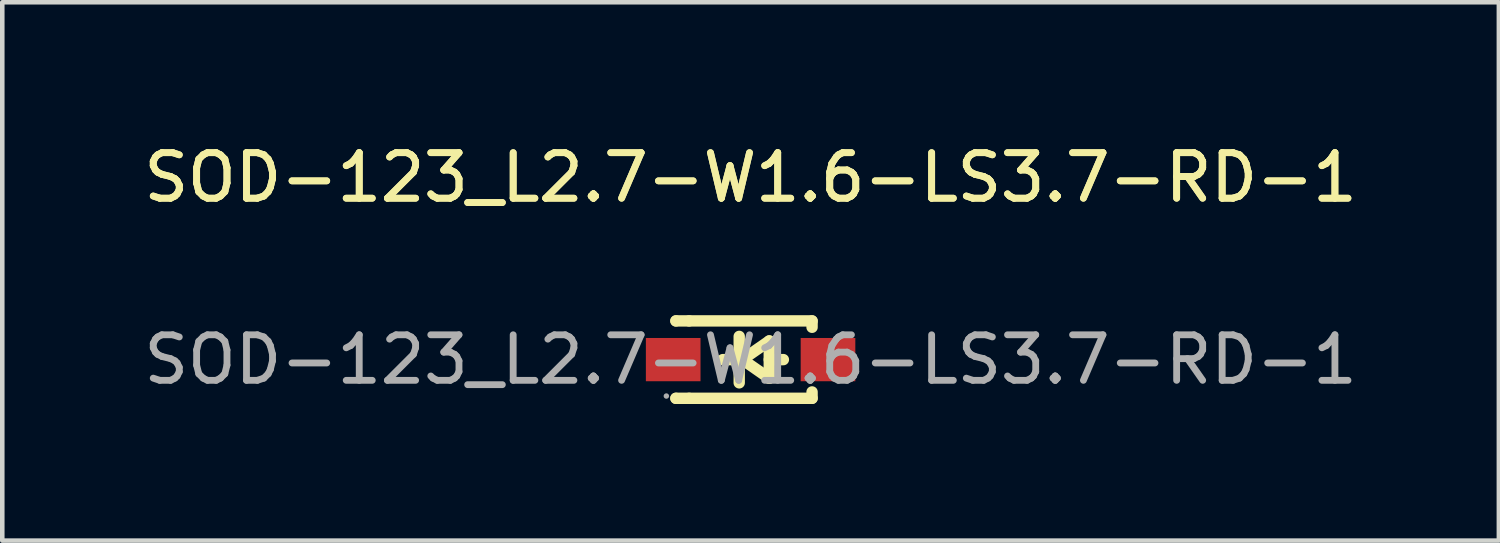
<source format=kicad_pcb>
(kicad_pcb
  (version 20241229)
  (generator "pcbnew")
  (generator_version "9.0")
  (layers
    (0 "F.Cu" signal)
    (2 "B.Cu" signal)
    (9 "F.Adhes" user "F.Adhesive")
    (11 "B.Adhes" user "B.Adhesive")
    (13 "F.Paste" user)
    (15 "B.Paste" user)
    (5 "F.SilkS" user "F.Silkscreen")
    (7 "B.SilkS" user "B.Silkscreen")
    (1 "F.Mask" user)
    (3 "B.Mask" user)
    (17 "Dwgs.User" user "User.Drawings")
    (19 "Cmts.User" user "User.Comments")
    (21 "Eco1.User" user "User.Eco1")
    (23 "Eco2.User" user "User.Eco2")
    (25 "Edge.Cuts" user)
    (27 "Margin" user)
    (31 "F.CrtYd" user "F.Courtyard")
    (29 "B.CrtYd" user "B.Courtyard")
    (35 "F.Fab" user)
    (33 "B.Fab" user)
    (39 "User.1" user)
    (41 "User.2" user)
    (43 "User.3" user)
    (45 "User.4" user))
  (footprint "SOD-123_L2.7-W1.6-LS3.7-RD-1"
    (layer "F.Cu")
    (at 13.435 4.848)
    (property "Reference" "SOD-123_L2.7-W1.6-LS3.7-RD-1" (at 0 -4 0) (layer "F.SilkS") (effects (font (size 1 1) (thickness 0.15))))
    (attr smd)
    (fp_line (start -1.64 -0.85) (end -1.64 -0.85) (stroke (width 0.25) (type solid)) (layer "F.SilkS"))
    (fp_line (start -1.64 0.85) (end -1.64 0.85) (stroke (width 0.25) (type solid)) (layer "F.SilkS"))
    (fp_line (start -1.35 -0.85) (end -1.64 -0.85) (stroke (width 0.25) (type solid)) (layer "F.SilkS"))
    (fp_line (start -1.35 -0.85) (end 1.35 -0.85) (stroke (width 0.25) (type solid)) (layer "F.SilkS"))
    (fp_line (start -1.35 0.85) (end -1.64 0.85) (stroke (width 0.25) (type solid)) (layer "F.SilkS"))
    (fp_line (start -0.28 0) (end -0.61 0) (stroke (width 0.25) (type solid)) (layer "F.SilkS"))
    (fp_line (start -0.25 -0.51) (end -0.25 0.51) (stroke (width 0.25) (type solid)) (layer "F.SilkS"))
    (fp_line (start -0.18 0) (end 0.41 -0.41) (stroke (width 0.25) (type solid)) (layer "F.SilkS"))
    (fp_line (start 0.41 -0.41) (end 0.41 0.41) (stroke (width 0.25) (type solid)) (layer "F.SilkS"))
    (fp_line (start 0.41 0) (end 0.72 0) (stroke (width 0.25) (type solid)) (layer "F.SilkS"))
    (fp_line (start 0.41 0.41) (end -0.18 0) (stroke (width 0.25) (type solid)) (layer "F.SilkS"))
    (fp_line (start 1.35 -0.85) (end 1.35 -0.71) (stroke (width 0.25) (type solid)) (layer "F.SilkS"))
    (fp_line (start 1.35 0.71) (end 1.35 0.85) (stroke (width 0.25) (type solid)) (layer "F.SilkS"))
    (fp_line (start 1.35 0.85) (end -1.35 0.85) (stroke (width 0.25) (type solid)) (layer "F.SilkS"))
    (fp_circle (center -1.85 0.8) (end -1.82 0.8) (stroke (width 0.06) (type solid)) (fill no) (layer "F.Fab"))
    (fp_text user "${REFERENCE}" (at 0 -4 0) (layer "F.SilkS") (effects (font (size 1 1) (thickness 0.15))))
    (fp_text user "${REFERENCE}" (at 0 0 0) (layer "F.Fab") (effects (font (size 1 1) (thickness 0.15))))
    (pad "1" smd rect (at -1.7 0) (size 1.2 0.95) (layers "F.Cu" "F.Mask" "F.Paste"))
    (pad "2" smd rect (at 1.7 0) (size 1.2 0.95) (layers "F.Cu" "F.Mask" "F.Paste")))
  (gr_rect
    (start -3 -3)
    (end 29.869 8.823)
    (stroke (width 0.1) (type default))
    (fill no)
    (layer "Edge.Cuts")))
</source>
